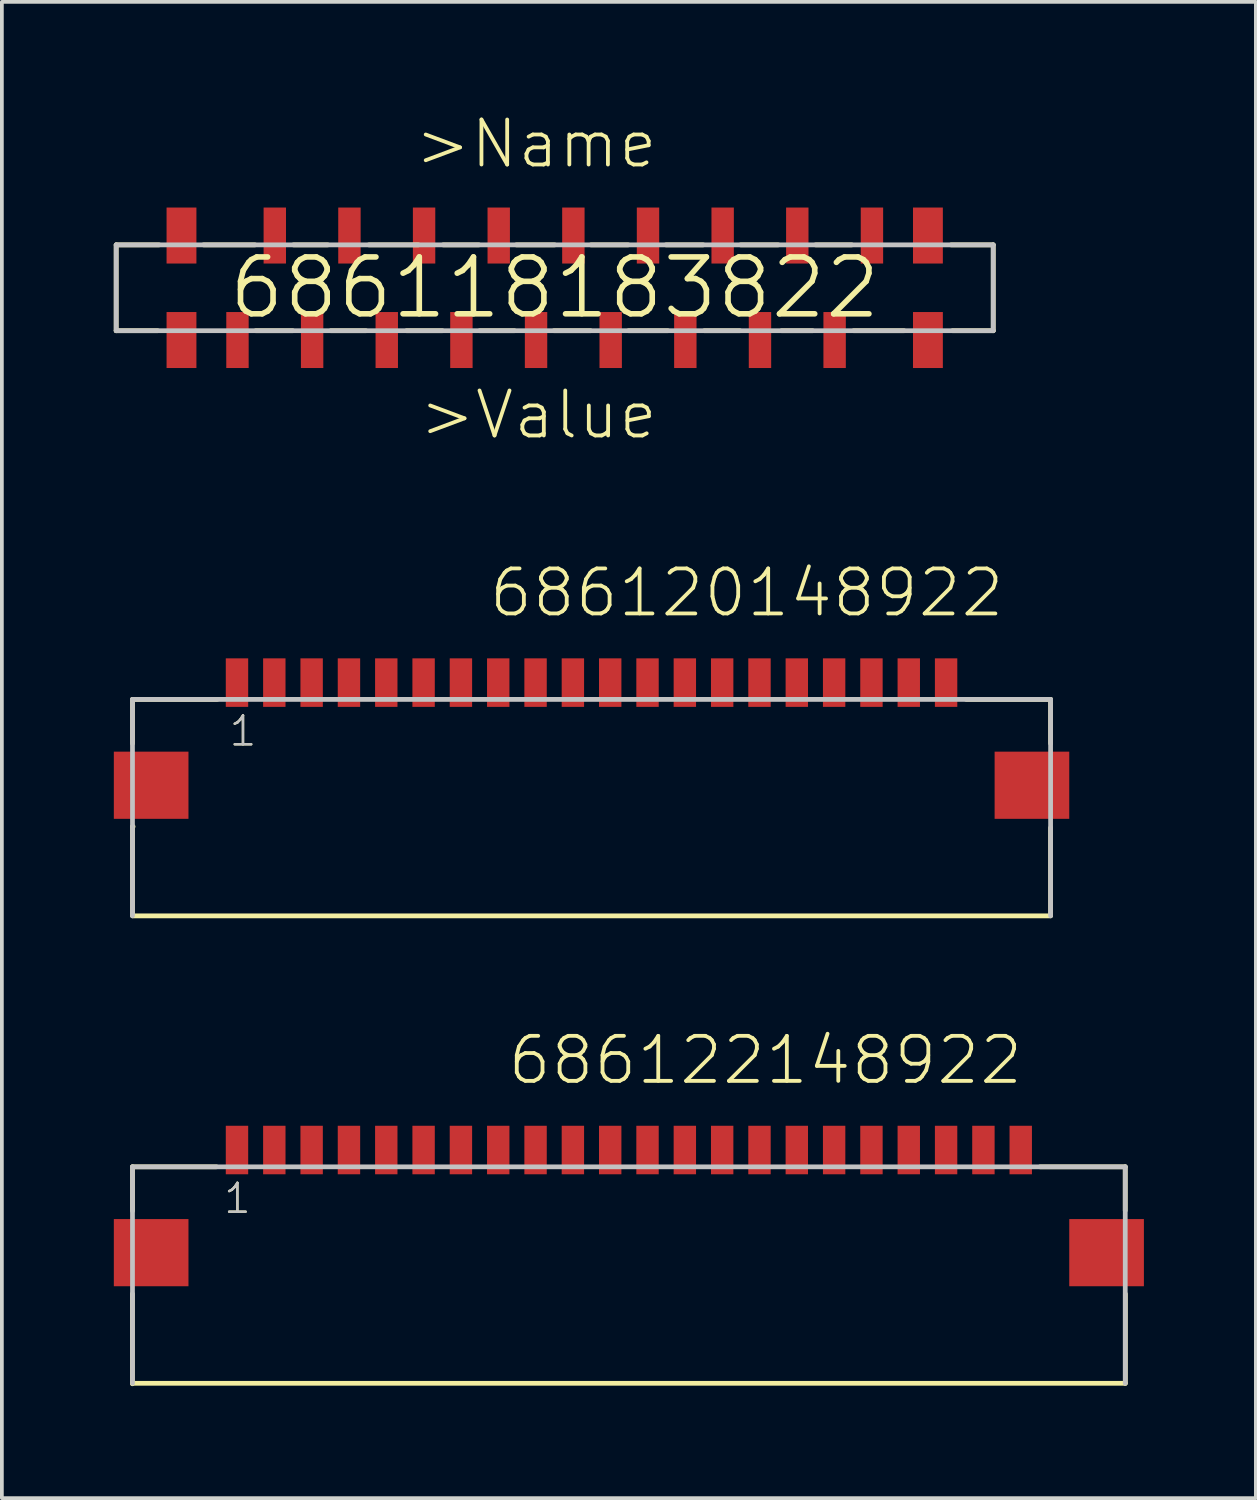
<source format=kicad_pcb>
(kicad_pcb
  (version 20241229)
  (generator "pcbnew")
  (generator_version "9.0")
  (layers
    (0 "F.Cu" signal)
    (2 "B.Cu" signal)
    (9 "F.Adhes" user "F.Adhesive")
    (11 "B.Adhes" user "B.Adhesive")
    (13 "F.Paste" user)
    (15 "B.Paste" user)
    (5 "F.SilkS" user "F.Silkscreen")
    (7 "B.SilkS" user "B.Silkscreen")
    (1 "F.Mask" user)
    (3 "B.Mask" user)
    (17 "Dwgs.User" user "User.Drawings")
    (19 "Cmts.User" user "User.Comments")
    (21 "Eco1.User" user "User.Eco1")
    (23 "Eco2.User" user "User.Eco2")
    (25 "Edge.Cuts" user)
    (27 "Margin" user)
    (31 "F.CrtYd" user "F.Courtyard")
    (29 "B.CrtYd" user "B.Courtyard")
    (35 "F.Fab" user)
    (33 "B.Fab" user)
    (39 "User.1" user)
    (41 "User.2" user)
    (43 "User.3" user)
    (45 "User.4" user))
  (footprint "686118183822"
    (layer "F.Cu")
    (at 11.813 4.661)
    (property "Reference" "686118183822" (at 0 0 0) (layer "F.SilkS") (effects (font (size 1.524 1.524) (thickness 0.15))))
    (attr through_hole)
    (fp_line (start -11.75 -1.15) (end -11.75 1.15) (stroke (width 0.127) (type solid)) (layer "F.SilkS"))
    (fp_line (start -11.75 1.15) (end -10.64 1.15) (stroke (width 0.127) (type solid)) (layer "F.SilkS"))
    (fp_line (start -10.6 -1.15) (end -11.75 -1.15) (stroke (width 0.127) (type solid)) (layer "F.SilkS"))
    (fp_line (start -9.41 -1.15) (end -8.03 -1.15) (stroke (width 0.127) (type solid)) (layer "F.SilkS"))
    (fp_line (start -8.01 1.15) (end -7.02 1.15) (stroke (width 0.127) (type solid)) (layer "F.SilkS"))
    (fp_line (start -7 -1.15) (end -6.08 -1.15) (stroke (width 0.127) (type solid)) (layer "F.SilkS"))
    (fp_line (start -6 1.15) (end -5.06 1.15) (stroke (width 0.127) (type solid)) (layer "F.SilkS"))
    (fp_line (start -4.98 -1.15) (end -3.65 -1.15) (stroke (width 0.127) (type solid)) (layer "F.SilkS"))
    (fp_line (start -3.97 1.15) (end -3.01 1.15) (stroke (width 0.127) (type solid)) (layer "F.SilkS"))
    (fp_line (start -2.99 -1.15) (end -2.03 -1.15) (stroke (width 0.127) (type solid)) (layer "F.SilkS"))
    (fp_line (start -2.01 1.15) (end -1.08 1.15) (stroke (width 0.127) (type solid)) (layer "F.SilkS"))
    (fp_line (start -1.03 -1.15) (end 0 -1.15) (stroke (width 0.127) (type solid)) (layer "F.SilkS"))
    (fp_line (start -0.02 1.15) (end 0.96 1.15) (stroke (width 0.127) (type solid)) (layer "F.SilkS"))
    (fp_line (start 0.97 -1.15) (end 1.97 -1.15) (stroke (width 0.127) (type solid)) (layer "F.SilkS"))
    (fp_line (start 1.98 1.15) (end 3.03 1.15) (stroke (width 0.127) (type solid)) (layer "F.SilkS"))
    (fp_line (start 2.98 -1.15) (end 3.98 -1.15) (stroke (width 0.127) (type solid)) (layer "F.SilkS"))
    (fp_line (start 4.01 1.15) (end 4.96 1.15) (stroke (width 0.127) (type solid)) (layer "F.SilkS"))
    (fp_line (start 4.98 -1.15) (end 5.99 -1.15) (stroke (width 0.127) (type solid)) (layer "F.SilkS"))
    (fp_line (start 6.08 1.15) (end 6.91 1.15) (stroke (width 0.127) (type solid)) (layer "F.SilkS"))
    (fp_line (start 6.99 -1.15) (end 7.96 -1.15) (stroke (width 0.127) (type solid)) (layer "F.SilkS"))
    (fp_line (start 8.01 1.15) (end 9.36 1.15) (stroke (width 0.127) (type solid)) (layer "F.SilkS"))
    (fp_line (start 10.62 -1.15) (end 11.75 -1.15) (stroke (width 0.127) (type solid)) (layer "F.SilkS"))
    (fp_line (start 10.66 1.15) (end 11.75 1.15) (stroke (width 0.127) (type solid)) (layer "F.SilkS"))
    (fp_line (start 11.75 -1.15) (end 11.75 1.15) (stroke (width 0.127) (type solid)) (layer "F.SilkS"))
    (fp_line (start -11.75 -1.15) (end 11.75 -1.15) (stroke (width 0.127) (type solid)) (layer "Dwgs.User"))
    (fp_line (start -11.75 1.15) (end -11.75 -1.15) (stroke (width 0.127) (type solid)) (layer "Dwgs.User"))
    (fp_line (start 11.75 -1.15) (end 11.75 1.15) (stroke (width 0.127) (type solid)) (layer "Dwgs.User"))
    (fp_line (start 11.75 1.15) (end -11.75 1.15) (stroke (width 0.127) (type solid)) (layer "Dwgs.User"))
    (fp_text user ">Value" (at -3.69 4.11 0) (layer "F.SilkS") (effects (font (size 1.206 1.206) (thickness 0.102)) (justify left bottom)))
    (fp_text user ">Name" (at -3.81 -3.15 0) (layer "F.SilkS") (effects (font (size 1.206 1.206) (thickness 0.102)) (justify left bottom)))
    (pad "1" smd rect (at -8.5 1.4 90) (size 1.5 0.6) (layers "F.Cu" "F.Mask" "F.Paste"))
    (pad "2" smd rect (at -7.5 -1.4 90) (size 1.5 0.6) (layers "F.Cu" "F.Mask" "F.Paste"))
    (pad "3" smd rect (at -6.5 1.4 90) (size 1.5 0.6) (layers "F.Cu" "F.Mask" "F.Paste"))
    (pad "4" smd rect (at -5.5 -1.4 90) (size 1.5 0.6) (layers "F.Cu" "F.Mask" "F.Paste"))
    (pad "5" smd rect (at -4.5 1.4 90) (size 1.5 0.6) (layers "F.Cu" "F.Mask" "F.Paste"))
    (pad "6" smd rect (at -3.5 -1.4 90) (size 1.5 0.6) (layers "F.Cu" "F.Mask" "F.Paste"))
    (pad "7" smd rect (at -2.5 1.4 90) (size 1.5 0.6) (layers "F.Cu" "F.Mask" "F.Paste"))
    (pad "8" smd rect (at -1.5 -1.4 90) (size 1.5 0.6) (layers "F.Cu" "F.Mask" "F.Paste"))
    (pad "9" smd rect (at -0.5 1.4 90) (size 1.5 0.6) (layers "F.Cu" "F.Mask" "F.Paste"))
    (pad "10" smd rect (at 0.5 -1.4 90) (size 1.5 0.6) (layers "F.Cu" "F.Mask" "F.Paste"))
    (pad "11" smd rect (at 1.5 1.4 90) (size 1.5 0.6) (layers "F.Cu" "F.Mask" "F.Paste"))
    (pad "12" smd rect (at 2.5 -1.4 90) (size 1.5 0.6) (layers "F.Cu" "F.Mask" "F.Paste"))
    (pad "13" smd rect (at 3.5 1.4 90) (size 1.5 0.6) (layers "F.Cu" "F.Mask" "F.Paste"))
    (pad "14" smd rect (at 4.5 -1.4 90) (size 1.5 0.6) (layers "F.Cu" "F.Mask" "F.Paste"))
    (pad "15" smd rect (at 5.5 1.4 90) (size 1.5 0.6) (layers "F.Cu" "F.Mask" "F.Paste"))
    (pad "16" smd rect (at 6.5 -1.4 90) (size 1.5 0.6) (layers "F.Cu" "F.Mask" "F.Paste"))
    (pad "17" smd rect (at 7.5 1.4 90) (size 1.5 0.6) (layers "F.Cu" "F.Mask" "F.Paste"))
    (pad "18" smd rect (at 8.5 -1.4 90) (size 1.5 0.6) (layers "F.Cu" "F.Mask" "F.Paste"))
    (pad "Z1" smd rect (at -10 1.4 90) (size 1.5 0.8) (layers "F.Cu" "F.Mask" "F.Paste"))
    (pad "Z2" smd rect (at 10 1.4 90) (size 1.5 0.8) (layers "F.Cu" "F.Mask" "F.Paste"))
    (pad "Z3" smd rect (at 10 -1.4 90) (size 1.5 0.8) (layers "F.Cu" "F.Mask" "F.Paste"))
    (pad "Z4" smd rect (at -10 -1.4 90) (size 1.5 0.8) (layers "F.Cu" "F.Mask" "F.Paste")))
  (footprint "686120148922"
    (layer "F.Cu")
    (at 12.8 17.99)
    (property "Reference" "686120148922" (at -2.8 -4.45 0) (layer "F.SilkS") (effects (font (size 1.206 1.206) (thickness 0.102)) (justify left bottom)))
    (attr through_hole)
    (fp_line (start -12.3 -2.3) (end -12.3 -1.12) (stroke (width 0.127) (type solid)) (layer "F.SilkS"))
    (fp_line (start -12.3 1.108) (end -12.3 3.48) (stroke (width 0.127) (type solid)) (layer "F.SilkS"))
    (fp_line (start -12.284 1.108) (end -12.3 1.108) (stroke (width 0.127) (type solid)) (layer "F.SilkS"))
    (fp_line (start -10.03 -2.3) (end -12.3 -2.3) (stroke (width 0.127) (type solid)) (layer "F.SilkS"))
    (fp_line (start 10.04 -2.3) (end 12.3 -2.3) (stroke (width 0.127) (type solid)) (layer "F.SilkS"))
    (fp_line (start 12.3 -2.3) (end 12.3 -1.12) (stroke (width 0.127) (type solid)) (layer "F.SilkS"))
    (fp_line (start 12.3 1.14) (end 12.3 3.48) (stroke (width 0.127) (type solid)) (layer "F.SilkS"))
    (fp_line (start 12.3 3.5) (end -12.3 3.5) (stroke (width 0.127) (type solid)) (layer "F.SilkS"))
    (fp_line (start -12.3 -2.3) (end 12.3 -2.3) (stroke (width 0.127) (type solid)) (layer "Dwgs.User"))
    (fp_line (start -12.3 3.5) (end -12.3 -2.3) (stroke (width 0.127) (type solid)) (layer "Dwgs.User"))
    (fp_line (start 12.3 -2.3) (end 12.3 3.5) (stroke (width 0.127) (type solid)) (layer "Dwgs.User"))
    (fp_text user "1" (at -9.75 -1 0) (layer "F.SilkS") (effects (font (size 0.772 0.772) (thickness 0.065)) (justify left bottom)))
    (fp_text user "1" (at -9.75 -1 0) (layer "Dwgs.User") (effects (font (size 0.772 0.772) (thickness 0.065)) (justify left bottom)))
    (pad "1" smd rect (at -9.5 -2.75) (size 0.6 1.3) (layers "F.Cu" "F.Mask" "F.Paste"))
    (pad "2" smd rect (at -8.5 -2.75) (size 0.6 1.3) (layers "F.Cu" "F.Mask" "F.Paste"))
    (pad "3" smd rect (at -7.5 -2.75) (size 0.6 1.3) (layers "F.Cu" "F.Mask" "F.Paste"))
    (pad "4" smd rect (at -6.5 -2.75) (size 0.6 1.3) (layers "F.Cu" "F.Mask" "F.Paste"))
    (pad "5" smd rect (at -5.5 -2.75) (size 0.6 1.3) (layers "F.Cu" "F.Mask" "F.Paste"))
    (pad "6" smd rect (at -4.5 -2.75) (size 0.6 1.3) (layers "F.Cu" "F.Mask" "F.Paste"))
    (pad "7" smd rect (at -3.5 -2.75) (size 0.6 1.3) (layers "F.Cu" "F.Mask" "F.Paste"))
    (pad "8" smd rect (at -2.5 -2.75) (size 0.6 1.3) (layers "F.Cu" "F.Mask" "F.Paste"))
    (pad "9" smd rect (at -1.5 -2.75) (size 0.6 1.3) (layers "F.Cu" "F.Mask" "F.Paste"))
    (pad "10" smd rect (at -0.5 -2.75) (size 0.6 1.3) (layers "F.Cu" "F.Mask" "F.Paste"))
    (pad "11" smd rect (at 0.5 -2.75) (size 0.6 1.3) (layers "F.Cu" "F.Mask" "F.Paste"))
    (pad "12" smd rect (at 1.5 -2.75) (size 0.6 1.3) (layers "F.Cu" "F.Mask" "F.Paste"))
    (pad "13" smd rect (at 2.5 -2.75) (size 0.6 1.3) (layers "F.Cu" "F.Mask" "F.Paste"))
    (pad "14" smd rect (at 3.5 -2.75) (size 0.6 1.3) (layers "F.Cu" "F.Mask" "F.Paste"))
    (pad "15" smd rect (at 4.5 -2.75) (size 0.6 1.3) (layers "F.Cu" "F.Mask" "F.Paste"))
    (pad "16" smd rect (at 5.5 -2.75) (size 0.6 1.3) (layers "F.Cu" "F.Mask" "F.Paste"))
    (pad "17" smd rect (at 6.5 -2.75) (size 0.6 1.3) (layers "F.Cu" "F.Mask" "F.Paste"))
    (pad "18" smd rect (at 7.5 -2.75) (size 0.6 1.3) (layers "F.Cu" "F.Mask" "F.Paste"))
    (pad "19" smd rect (at 8.5 -2.75) (size 0.6 1.3) (layers "F.Cu" "F.Mask" "F.Paste"))
    (pad "20" smd rect (at 9.5 -2.75) (size 0.6 1.3) (layers "F.Cu" "F.Mask" "F.Paste"))
    (pad "Z1" smd rect (at -11.8 0) (size 2 1.8) (layers "F.Cu" "F.Mask" "F.Paste"))
    (pad "Z2" smd rect (at 11.8 0) (size 2 1.8) (layers "F.Cu" "F.Mask" "F.Paste")))
  (footprint "686122148922"
    (layer "F.Cu")
    (at 13.8 30.514)
    (property "Reference" "686122148922" (at -3.3 -4.45 0) (layer "F.SilkS") (effects (font (size 1.206 1.206) (thickness 0.102)) (justify left bottom)))
    (attr through_hole)
    (fp_line (start -13.303 1.105) (end -13.303 3.513) (stroke (width 0.127) (type solid)) (layer "F.SilkS"))
    (fp_line (start -13.3 -2.3) (end -13.3 -1.12) (stroke (width 0.127) (type solid)) (layer "F.SilkS"))
    (fp_line (start -11.05 -2.3) (end -13.3 -2.3) (stroke (width 0.127) (type solid)) (layer "F.SilkS"))
    (fp_line (start 11.02 -2.3) (end 13.3 -2.3) (stroke (width 0.127) (type solid)) (layer "F.SilkS"))
    (fp_line (start 13.3 -2.3) (end 13.3 -1.13) (stroke (width 0.127) (type solid)) (layer "F.SilkS"))
    (fp_line (start 13.3 3.5) (end -13.3 3.5) (stroke (width 0.127) (type solid)) (layer "F.SilkS"))
    (fp_line (start 13.303 1.106) (end 13.303 3.504) (stroke (width 0.127) (type solid)) (layer "F.SilkS"))
    (fp_line (start -13.3 -2.3) (end 13.3 -2.3) (stroke (width 0.127) (type solid)) (layer "Dwgs.User"))
    (fp_line (start -13.3 3.5) (end -13.3 -2.3) (stroke (width 0.127) (type solid)) (layer "Dwgs.User"))
    (fp_line (start 13.3 -2.3) (end 13.3 3.5) (stroke (width 0.127) (type solid)) (layer "Dwgs.User"))
    (fp_text user "1" (at -10.9 -1 0) (layer "F.SilkS") (effects (font (size 0.772 0.772) (thickness 0.065)) (justify left bottom)))
    (fp_text user "1" (at -10.9 -1 0) (layer "Dwgs.User") (effects (font (size 0.772 0.772) (thickness 0.065)) (justify left bottom)))
    (pad "1" smd rect (at -10.5 -2.75) (size 0.6 1.3) (layers "F.Cu" "F.Mask" "F.Paste"))
    (pad "2" smd rect (at -9.5 -2.75) (size 0.6 1.3) (layers "F.Cu" "F.Mask" "F.Paste"))
    (pad "3" smd rect (at -8.5 -2.75) (size 0.6 1.3) (layers "F.Cu" "F.Mask" "F.Paste"))
    (pad "4" smd rect (at -7.5 -2.75) (size 0.6 1.3) (layers "F.Cu" "F.Mask" "F.Paste"))
    (pad "5" smd rect (at -6.5 -2.75) (size 0.6 1.3) (layers "F.Cu" "F.Mask" "F.Paste"))
    (pad "6" smd rect (at -5.5 -2.75) (size 0.6 1.3) (layers "F.Cu" "F.Mask" "F.Paste"))
    (pad "7" smd rect (at -4.5 -2.75) (size 0.6 1.3) (layers "F.Cu" "F.Mask" "F.Paste"))
    (pad "8" smd rect (at -3.5 -2.75) (size 0.6 1.3) (layers "F.Cu" "F.Mask" "F.Paste"))
    (pad "9" smd rect (at -2.5 -2.75) (size 0.6 1.3) (layers "F.Cu" "F.Mask" "F.Paste"))
    (pad "10" smd rect (at -1.5 -2.75) (size 0.6 1.3) (layers "F.Cu" "F.Mask" "F.Paste"))
    (pad "11" smd rect (at -0.5 -2.75) (size 0.6 1.3) (layers "F.Cu" "F.Mask" "F.Paste"))
    (pad "12" smd rect (at 0.5 -2.75) (size 0.6 1.3) (layers "F.Cu" "F.Mask" "F.Paste"))
    (pad "13" smd rect (at 1.5 -2.75) (size 0.6 1.3) (layers "F.Cu" "F.Mask" "F.Paste"))
    (pad "14" smd rect (at 2.5 -2.75) (size 0.6 1.3) (layers "F.Cu" "F.Mask" "F.Paste"))
    (pad "15" smd rect (at 3.5 -2.75) (size 0.6 1.3) (layers "F.Cu" "F.Mask" "F.Paste"))
    (pad "16" smd rect (at 4.5 -2.75) (size 0.6 1.3) (layers "F.Cu" "F.Mask" "F.Paste"))
    (pad "17" smd rect (at 5.5 -2.75) (size 0.6 1.3) (layers "F.Cu" "F.Mask" "F.Paste"))
    (pad "18" smd rect (at 6.5 -2.75) (size 0.6 1.3) (layers "F.Cu" "F.Mask" "F.Paste"))
    (pad "19" smd rect (at 7.5 -2.75) (size 0.6 1.3) (layers "F.Cu" "F.Mask" "F.Paste"))
    (pad "20" smd rect (at 8.5 -2.75) (size 0.6 1.3) (layers "F.Cu" "F.Mask" "F.Paste"))
    (pad "21" smd rect (at 9.5 -2.75) (size 0.6 1.3) (layers "F.Cu" "F.Mask" "F.Paste"))
    (pad "22" smd rect (at 10.5 -2.75) (size 0.6 1.3) (layers "F.Cu" "F.Mask" "F.Paste"))
    (pad "Z1" smd rect (at -12.8 0) (size 2 1.8) (layers "F.Cu" "F.Mask" "F.Paste"))
    (pad "Z2" smd rect (at 12.8 0) (size 2 1.8) (layers "F.Cu" "F.Mask" "F.Paste")))
  (gr_rect
    (start -3 -3)
    (end 30.6 37.091)
    (stroke (width 0.1) (type default))
    (fill no)
    (layer "Edge.Cuts")))
</source>
